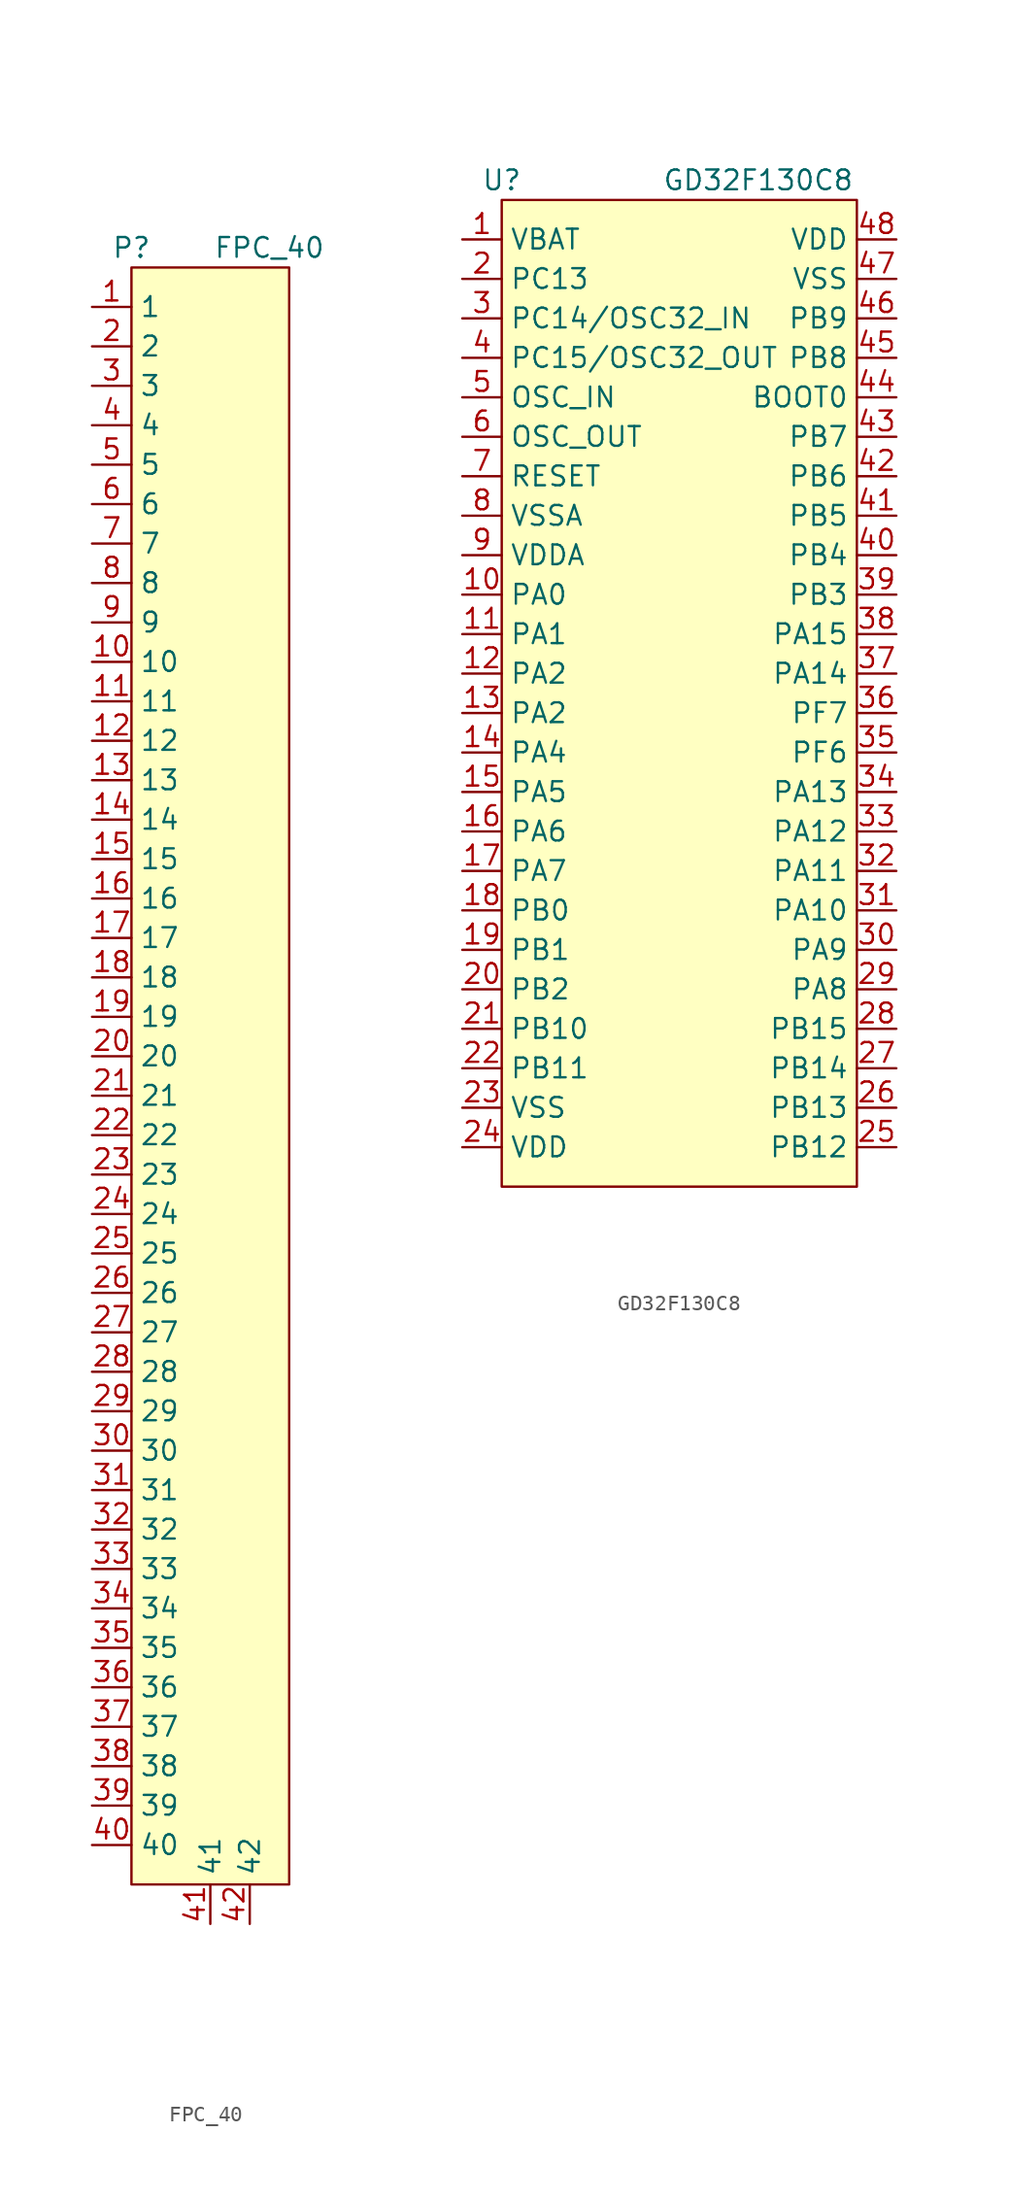
<source format=kicad_sym>
(kicad_symbol_lib
  (version 20220914)
  (generator kicad_symbol_editor)
  (symbol "FPC_40"
    (property "Reference" "P"
      (at 0 1.27 0)
      (effects (font (size 1.27 1.27))))
    (property "Value" "FPC_40"
      (at 8.89 1.27 0)
      (effects (font (size 1.27 1.27))))
    (symbol "FPC_40_0_1"
      (rectangle (start 0 0) (end 10.16 -104.14) (stroke (width 0) (type default)) (fill (type background))))
    (symbol "FPC_40_1_1"
      (pin bidirectional line (at -2.54 -2.54 0) (length 2.54) (name "1" (effects (font (size 1.27 1.27)))) (number "1" (effects (font (size 1.27 1.27)))))
      (pin bidirectional line (at -2.54 -25.4 0) (length 2.54) (name "10" (effects (font (size 1.27 1.27)))) (number "10" (effects (font (size 1.27 1.27)))))
      (pin bidirectional line (at -2.54 -27.94 0) (length 2.54) (name "11" (effects (font (size 1.27 1.27)))) (number "11" (effects (font (size 1.27 1.27)))))
      (pin bidirectional line (at -2.54 -30.48 0) (length 2.54) (name "12" (effects (font (size 1.27 1.27)))) (number "12" (effects (font (size 1.27 1.27)))))
      (pin bidirectional line (at -2.54 -33.02 0) (length 2.54) (name "13" (effects (font (size 1.27 1.27)))) (number "13" (effects (font (size 1.27 1.27)))))
      (pin bidirectional line (at -2.54 -35.56 0) (length 2.54) (name "14" (effects (font (size 1.27 1.27)))) (number "14" (effects (font (size 1.27 1.27)))))
      (pin bidirectional line (at -2.54 -38.1 0) (length 2.54) (name "15" (effects (font (size 1.27 1.27)))) (number "15" (effects (font (size 1.27 1.27)))))
      (pin bidirectional line (at -2.54 -40.64 0) (length 2.54) (name "16" (effects (font (size 1.27 1.27)))) (number "16" (effects (font (size 1.27 1.27)))))
      (pin bidirectional line (at -2.54 -43.18 0) (length 2.54) (name "17" (effects (font (size 1.27 1.27)))) (number "17" (effects (font (size 1.27 1.27)))))
      (pin bidirectional line (at -2.54 -45.72 0) (length 2.54) (name "18" (effects (font (size 1.27 1.27)))) (number "18" (effects (font (size 1.27 1.27)))))
      (pin bidirectional line (at -2.54 -48.26 0) (length 2.54) (name "19" (effects (font (size 1.27 1.27)))) (number "19" (effects (font (size 1.27 1.27)))))
      (pin bidirectional line (at -2.54 -5.08 0) (length 2.54) (name "2" (effects (font (size 1.27 1.27)))) (number "2" (effects (font (size 1.27 1.27)))))
      (pin bidirectional line (at -2.54 -50.8 0) (length 2.54) (name "20" (effects (font (size 1.27 1.27)))) (number "20" (effects (font (size 1.27 1.27)))))
      (pin bidirectional line (at -2.54 -53.34 0) (length 2.54) (name "21" (effects (font (size 1.27 1.27)))) (number "21" (effects (font (size 1.27 1.27)))))
      (pin bidirectional line (at -2.54 -55.88 0) (length 2.54) (name "22" (effects (font (size 1.27 1.27)))) (number "22" (effects (font (size 1.27 1.27)))))
      (pin bidirectional line (at -2.54 -58.42 0) (length 2.54) (name "23" (effects (font (size 1.27 1.27)))) (number "23" (effects (font (size 1.27 1.27)))))
      (pin bidirectional line (at -2.54 -60.96 0) (length 2.54) (name "24" (effects (font (size 1.27 1.27)))) (number "24" (effects (font (size 1.27 1.27)))))
      (pin bidirectional line (at -2.54 -63.5 0) (length 2.54) (name "25" (effects (font (size 1.27 1.27)))) (number "25" (effects (font (size 1.27 1.27)))))
      (pin bidirectional line (at -2.54 -66.04 0) (length 2.54) (name "26" (effects (font (size 1.27 1.27)))) (number "26" (effects (font (size 1.27 1.27)))))
      (pin bidirectional line (at -2.54 -68.58 0) (length 2.54) (name "27" (effects (font (size 1.27 1.27)))) (number "27" (effects (font (size 1.27 1.27)))))
      (pin bidirectional line (at -2.54 -71.12 0) (length 2.54) (name "28" (effects (font (size 1.27 1.27)))) (number "28" (effects (font (size 1.27 1.27)))))
      (pin bidirectional line (at -2.54 -73.66 0) (length 2.54) (name "29" (effects (font (size 1.27 1.27)))) (number "29" (effects (font (size 1.27 1.27)))))
      (pin bidirectional line (at -2.54 -7.62 0) (length 2.54) (name "3" (effects (font (size 1.27 1.27)))) (number "3" (effects (font (size 1.27 1.27)))))
      (pin bidirectional line (at -2.54 -76.2 0) (length 2.54) (name "30" (effects (font (size 1.27 1.27)))) (number "30" (effects (font (size 1.27 1.27)))))
      (pin bidirectional line (at -2.54 -78.74 0) (length 2.54) (name "31" (effects (font (size 1.27 1.27)))) (number "31" (effects (font (size 1.27 1.27)))))
      (pin bidirectional line (at -2.54 -81.28 0) (length 2.54) (name "32" (effects (font (size 1.27 1.27)))) (number "32" (effects (font (size 1.27 1.27)))))
      (pin bidirectional line (at -2.54 -83.82 0) (length 2.54) (name "33" (effects (font (size 1.27 1.27)))) (number "33" (effects (font (size 1.27 1.27)))))
      (pin bidirectional line (at -2.54 -86.36 0) (length 2.54) (name "34" (effects (font (size 1.27 1.27)))) (number "34" (effects (font (size 1.27 1.27)))))
      (pin bidirectional line (at -2.54 -88.9 0) (length 2.54) (name "35" (effects (font (size 1.27 1.27)))) (number "35" (effects (font (size 1.27 1.27)))))
      (pin bidirectional line (at -2.54 -91.44 0) (length 2.54) (name "36" (effects (font (size 1.27 1.27)))) (number "36" (effects (font (size 1.27 1.27)))))
      (pin bidirectional line (at -2.54 -93.98 0) (length 2.54) (name "37" (effects (font (size 1.27 1.27)))) (number "37" (effects (font (size 1.27 1.27)))))
      (pin bidirectional line (at -2.54 -96.52 0) (length 2.54) (name "38" (effects (font (size 1.27 1.27)))) (number "38" (effects (font (size 1.27 1.27)))))
      (pin bidirectional line (at -2.54 -99.06 0) (length 2.54) (name "39" (effects (font (size 1.27 1.27)))) (number "39" (effects (font (size 1.27 1.27)))))
      (pin bidirectional line (at -2.54 -10.16 0) (length 2.54) (name "4" (effects (font (size 1.27 1.27)))) (number "4" (effects (font (size 1.27 1.27)))))
      (pin bidirectional line (at -2.54 -101.6 0) (length 2.54) (name "40" (effects (font (size 1.27 1.27)))) (number "40" (effects (font (size 1.27 1.27)))))
      (pin bidirectional line (at 5.08 -106.68 90) (length 2.54) (name "41" (effects (font (size 1.27 1.27)))) (number "41" (effects (font (size 1.27 1.27)))))
      (pin bidirectional line (at 7.62 -106.68 90) (length 2.54) (name "42" (effects (font (size 1.27 1.27)))) (number "42" (effects (font (size 1.27 1.27)))))
      (pin bidirectional line (at -2.54 -12.7 0) (length 2.54) (name "5" (effects (font (size 1.27 1.27)))) (number "5" (effects (font (size 1.27 1.27)))))
      (pin bidirectional line (at -2.54 -15.24 0) (length 2.54) (name "6" (effects (font (size 1.27 1.27)))) (number "6" (effects (font (size 1.27 1.27)))))
      (pin bidirectional line (at -2.54 -17.78 0) (length 2.54) (name "7" (effects (font (size 1.27 1.27)))) (number "7" (effects (font (size 1.27 1.27)))))
      (pin bidirectional line (at -2.54 -20.32 0) (length 2.54) (name "8" (effects (font (size 1.27 1.27)))) (number "8" (effects (font (size 1.27 1.27)))))
      (pin bidirectional line (at -2.54 -22.86 0) (length 2.54) (name "9" (effects (font (size 1.27 1.27)))) (number "9" (effects (font (size 1.27 1.27)))))))
  (symbol "GD32F130C8"
    (property "Reference" "U"
      (at 0 1.27 0)
      (effects (font (size 1.27 1.27))))
    (property "Value" "GD32F130C8"
      (at 16.51 1.27 0)
      (effects (font (size 1.27 1.27))))
    (symbol "GD32F130C8_0_1"
      (rectangle (start 0 0) (end 22.86 -63.5) (stroke (width 0) (type default)) (fill (type background))))
    (symbol "GD32F130C8_1_1"
      (pin power_in line (at -2.54 -2.54 0) (length 2.54) (name "VBAT" (effects (font (size 1.27 1.27)))) (number "1" (effects (font (size 1.27 1.27)))))
      (pin bidirectional line (at -2.54 -25.4 0) (length 2.54) (name "PA0" (effects (font (size 1.27 1.27)))) (number "10" (effects (font (size 1.27 1.27)))))
      (pin bidirectional line (at -2.54 -27.94 0) (length 2.54) (name "PA1" (effects (font (size 1.27 1.27)))) (number "11" (effects (font (size 1.27 1.27)))))
      (pin bidirectional line (at -2.54 -30.48 0) (length 2.54) (name "PA2" (effects (font (size 1.27 1.27)))) (number "12" (effects (font (size 1.27 1.27)))))
      (pin bidirectional line (at -2.54 -33.02 0) (length 2.54) (name "PA2" (effects (font (size 1.27 1.27)))) (number "13" (effects (font (size 1.27 1.27)))))
      (pin bidirectional line (at -2.54 -35.56 0) (length 2.54) (name "PA4" (effects (font (size 1.27 1.27)))) (number "14" (effects (font (size 1.27 1.27)))))
      (pin bidirectional line (at -2.54 -38.1 0) (length 2.54) (name "PA5" (effects (font (size 1.27 1.27)))) (number "15" (effects (font (size 1.27 1.27)))))
      (pin bidirectional line (at -2.54 -40.64 0) (length 2.54) (name "PA6" (effects (font (size 1.27 1.27)))) (number "16" (effects (font (size 1.27 1.27)))))
      (pin bidirectional line (at -2.54 -43.18 0) (length 2.54) (name "PA7" (effects (font (size 1.27 1.27)))) (number "17" (effects (font (size 1.27 1.27)))))
      (pin bidirectional line (at -2.54 -45.72 0) (length 2.54) (name "PB0" (effects (font (size 1.27 1.27)))) (number "18" (effects (font (size 1.27 1.27)))))
      (pin bidirectional line (at -2.54 -48.26 0) (length 2.54) (name "PB1" (effects (font (size 1.27 1.27)))) (number "19" (effects (font (size 1.27 1.27)))))
      (pin bidirectional line (at -2.54 -5.08 0) (length 2.54) (name "PC13" (effects (font (size 1.27 1.27)))) (number "2" (effects (font (size 1.27 1.27)))))
      (pin bidirectional line (at -2.54 -50.8 0) (length 2.54) (name "PB2" (effects (font (size 1.27 1.27)))) (number "20" (effects (font (size 1.27 1.27)))))
      (pin bidirectional line (at -2.54 -53.34 0) (length 2.54) (name "PB10" (effects (font (size 1.27 1.27)))) (number "21" (effects (font (size 1.27 1.27)))))
      (pin bidirectional line (at -2.54 -55.88 0) (length 2.54) (name "PB11" (effects (font (size 1.27 1.27)))) (number "22" (effects (font (size 1.27 1.27)))))
      (pin power_in line (at -2.54 -58.42 0) (length 2.54) (name "VSS" (effects (font (size 1.27 1.27)))) (number "23" (effects (font (size 1.27 1.27)))))
      (pin power_in line (at -2.54 -60.96 0) (length 2.54) (name "VDD" (effects (font (size 1.27 1.27)))) (number "24" (effects (font (size 1.27 1.27)))))
      (pin bidirectional line (at 25.4 -60.96 180) (length 2.54) (name "PB12" (effects (font (size 1.27 1.27)))) (number "25" (effects (font (size 1.27 1.27)))))
      (pin bidirectional line (at 25.4 -58.42 180) (length 2.54) (name "PB13" (effects (font (size 1.27 1.27)))) (number "26" (effects (font (size 1.27 1.27)))))
      (pin bidirectional line (at 25.4 -55.88 180) (length 2.54) (name "PB14" (effects (font (size 1.27 1.27)))) (number "27" (effects (font (size 1.27 1.27)))))
      (pin bidirectional line (at 25.4 -53.34 180) (length 2.54) (name "PB15" (effects (font (size 1.27 1.27)))) (number "28" (effects (font (size 1.27 1.27)))))
      (pin bidirectional line (at 25.4 -50.8 180) (length 2.54) (name "PA8" (effects (font (size 1.27 1.27)))) (number "29" (effects (font (size 1.27 1.27)))))
      (pin bidirectional line (at -2.54 -7.62 0) (length 2.54) (name "PC14/OSC32_IN" (effects (font (size 1.27 1.27)))) (number "3" (effects (font (size 1.27 1.27)))))
      (pin bidirectional line (at 25.4 -48.26 180) (length 2.54) (name "PA9" (effects (font (size 1.27 1.27)))) (number "30" (effects (font (size 1.27 1.27)))))
      (pin bidirectional line (at 25.4 -45.72 180) (length 2.54) (name "PA10" (effects (font (size 1.27 1.27)))) (number "31" (effects (font (size 1.27 1.27)))))
      (pin bidirectional line (at 25.4 -43.18 180) (length 2.54) (name "PA11" (effects (font (size 1.27 1.27)))) (number "32" (effects (font (size 1.27 1.27)))))
      (pin bidirectional line (at 25.4 -40.64 180) (length 2.54) (name "PA12" (effects (font (size 1.27 1.27)))) (number "33" (effects (font (size 1.27 1.27)))))
      (pin bidirectional line (at 25.4 -38.1 180) (length 2.54) (name "PA13" (effects (font (size 1.27 1.27)))) (number "34" (effects (font (size 1.27 1.27)))))
      (pin bidirectional line (at 25.4 -35.56 180) (length 2.54) (name "PF6" (effects (font (size 1.27 1.27)))) (number "35" (effects (font (size 1.27 1.27)))))
      (pin bidirectional line (at 25.4 -33.02 180) (length 2.54) (name "PF7" (effects (font (size 1.27 1.27)))) (number "36" (effects (font (size 1.27 1.27)))))
      (pin bidirectional line (at 25.4 -30.48 180) (length 2.54) (name "PA14" (effects (font (size 1.27 1.27)))) (number "37" (effects (font (size 1.27 1.27)))))
      (pin bidirectional line (at 25.4 -27.94 180) (length 2.54) (name "PA15" (effects (font (size 1.27 1.27)))) (number "38" (effects (font (size 1.27 1.27)))))
      (pin bidirectional line (at 25.4 -25.4 180) (length 2.54) (name "PB3" (effects (font (size 1.27 1.27)))) (number "39" (effects (font (size 1.27 1.27)))))
      (pin bidirectional line (at -2.54 -10.16 0) (length 2.54) (name "PC15/OSC32_OUT" (effects (font (size 1.27 1.27)))) (number "4" (effects (font (size 1.27 1.27)))))
      (pin bidirectional line (at 25.4 -22.86 180) (length 2.54) (name "PB4" (effects (font (size 1.27 1.27)))) (number "40" (effects (font (size 1.27 1.27)))))
      (pin bidirectional line (at 25.4 -20.32 180) (length 2.54) (name "PB5" (effects (font (size 1.27 1.27)))) (number "41" (effects (font (size 1.27 1.27)))))
      (pin bidirectional line (at 25.4 -17.78 180) (length 2.54) (name "PB6" (effects (font (size 1.27 1.27)))) (number "42" (effects (font (size 1.27 1.27)))))
      (pin bidirectional line (at 25.4 -15.24 180) (length 2.54) (name "PB7" (effects (font (size 1.27 1.27)))) (number "43" (effects (font (size 1.27 1.27)))))
      (pin bidirectional line (at 25.4 -12.7 180) (length 2.54) (name "BOOT0" (effects (font (size 1.27 1.27)))) (number "44" (effects (font (size 1.27 1.27)))))
      (pin bidirectional line (at 25.4 -10.16 180) (length 2.54) (name "PB8" (effects (font (size 1.27 1.27)))) (number "45" (effects (font (size 1.27 1.27)))))
      (pin bidirectional line (at 25.4 -7.62 180) (length 2.54) (name "PB9" (effects (font (size 1.27 1.27)))) (number "46" (effects (font (size 1.27 1.27)))))
      (pin power_in line (at 25.4 -5.08 180) (length 2.54) (name "VSS" (effects (font (size 1.27 1.27)))) (number "47" (effects (font (size 1.27 1.27)))))
      (pin power_in line (at 25.4 -2.54 180) (length 2.54) (name "VDD" (effects (font (size 1.27 1.27)))) (number "48" (effects (font (size 1.27 1.27)))))
      (pin bidirectional line (at -2.54 -12.7 0) (length 2.54) (name "OSC_IN" (effects (font (size 1.27 1.27)))) (number "5" (effects (font (size 1.27 1.27)))))
      (pin bidirectional line (at -2.54 -15.24 0) (length 2.54) (name "OSC_OUT" (effects (font (size 1.27 1.27)))) (number "6" (effects (font (size 1.27 1.27)))))
      (pin input line (at -2.54 -17.78 0) (length 2.54) (name "RESET" (effects (font (size 1.27 1.27)))) (number "7" (effects (font (size 1.27 1.27)))))
      (pin power_in line (at -2.54 -20.32 0) (length 2.54) (name "VSSA" (effects (font (size 1.27 1.27)))) (number "8" (effects (font (size 1.27 1.27)))))
      (pin power_in line (at -2.54 -22.86 0) (length 2.54) (name "VDDA" (effects (font (size 1.27 1.27)))) (number "9" (effects (font (size 1.27 1.27))))))))
</source>
